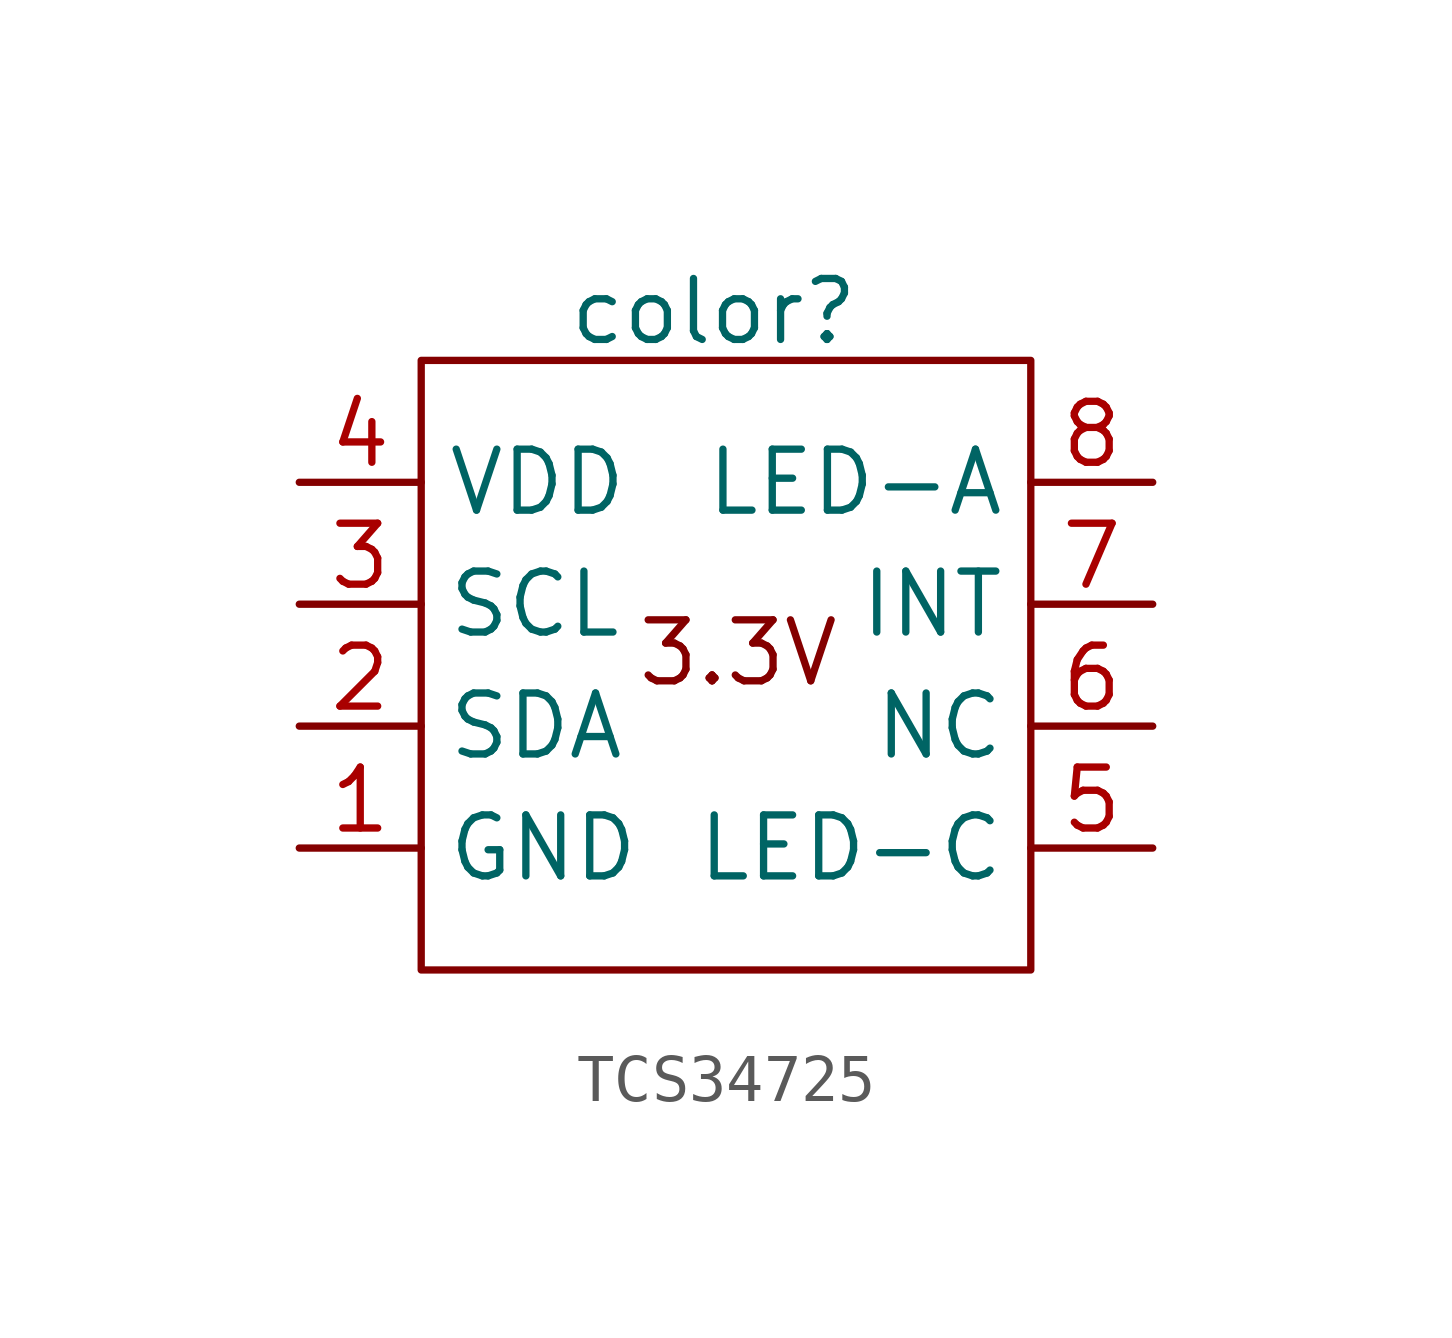
<source format=kicad_sym>
(kicad_symbol_lib
  (version 20231120)
  (generator "kicad_symbol_editor")
  (generator_version "8.0")
  (symbol "TCS34725"
    (property "Reference" "color"
      (at -0.254 7.366 0)
      (effects (font (size 1.27 1.27))))
    (property "Value" ""
      (at -6.35 5.08 0)
      (effects (font (size 1.27 1.27))))
    (symbol "TCS34725_0_1"
      (rectangle (start -6.35 6.35) (end 6.35 -6.35) (stroke (width 0) (type default)) (fill (type none))))
    (symbol "TCS34725_1_1"
      (text "3.3V" (at 0.254 0.254 0) (effects (font (size 1.27 1.27))))
      (pin passive line (at -8.89 -3.81 0) (length 2.54) (name "GND" (effects (font (size 1.27 1.27)))) (number "1" (effects (font (size 1.27 1.27)))))
      (pin passive line (at -8.89 -1.27 0) (length 2.54) (name "SDA" (effects (font (size 1.27 1.27)))) (number "2" (effects (font (size 1.27 1.27)))))
      (pin passive line (at -8.89 1.27 0) (length 2.54) (name "SCL" (effects (font (size 1.27 1.27)))) (number "3" (effects (font (size 1.27 1.27)))))
      (pin power_in line (at -8.89 3.81 0) (length 2.54) (name "VDD" (effects (font (size 1.27 1.27)))) (number "4" (effects (font (size 1.27 1.27)))))
      (pin passive line (at 8.89 -3.81 180) (length 2.54) (name "LED-C" (effects (font (size 1.27 1.27)))) (number "5" (effects (font (size 1.27 1.27)))))
      (pin passive line (at 8.89 -1.27 180) (length 2.54) (name "NC" (effects (font (size 1.27 1.27)))) (number "6" (effects (font (size 1.27 1.27)))))
      (pin passive line (at 8.89 1.27 180) (length 2.54) (name "INT" (effects (font (size 1.27 1.27)))) (number "7" (effects (font (size 1.27 1.27)))))
      (pin passive line (at 8.89 3.81 180) (length 2.54) (name "LED-A" (effects (font (size 1.27 1.27)))) (number "8" (effects (font (size 1.27 1.27))))))))
</source>
